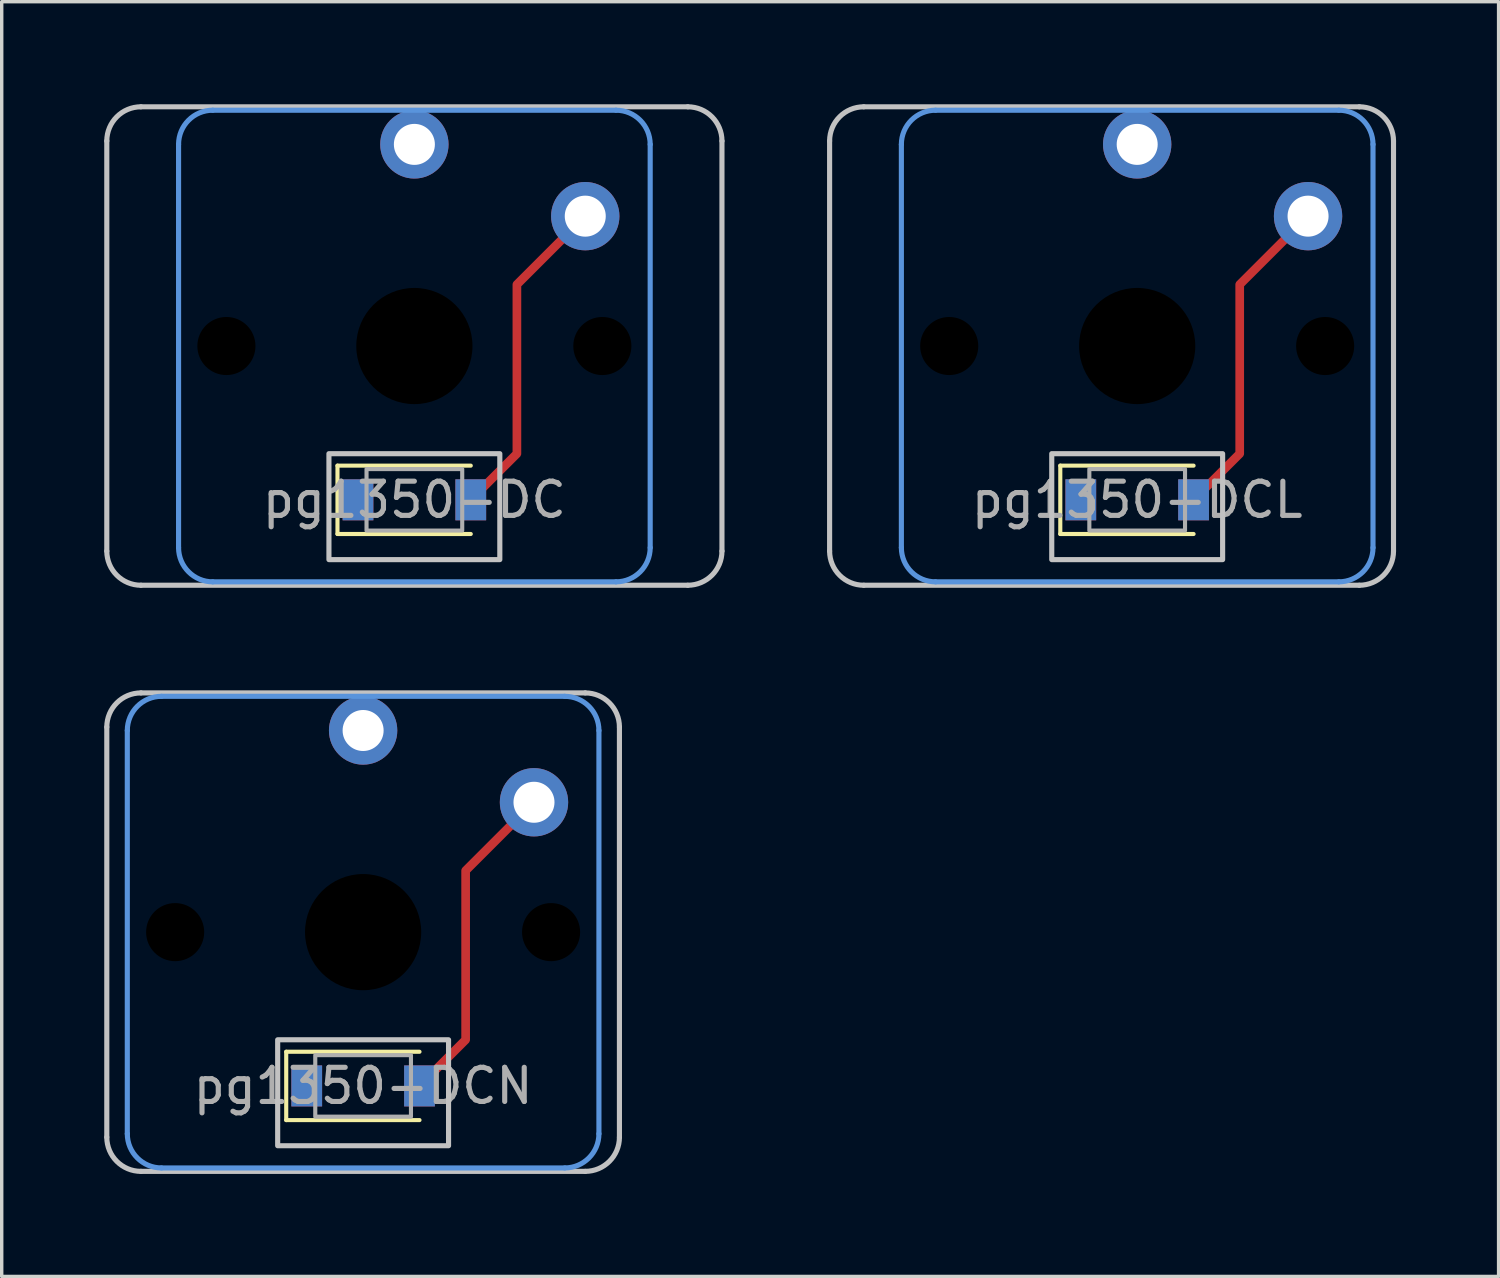
<source format=kicad_pcb>
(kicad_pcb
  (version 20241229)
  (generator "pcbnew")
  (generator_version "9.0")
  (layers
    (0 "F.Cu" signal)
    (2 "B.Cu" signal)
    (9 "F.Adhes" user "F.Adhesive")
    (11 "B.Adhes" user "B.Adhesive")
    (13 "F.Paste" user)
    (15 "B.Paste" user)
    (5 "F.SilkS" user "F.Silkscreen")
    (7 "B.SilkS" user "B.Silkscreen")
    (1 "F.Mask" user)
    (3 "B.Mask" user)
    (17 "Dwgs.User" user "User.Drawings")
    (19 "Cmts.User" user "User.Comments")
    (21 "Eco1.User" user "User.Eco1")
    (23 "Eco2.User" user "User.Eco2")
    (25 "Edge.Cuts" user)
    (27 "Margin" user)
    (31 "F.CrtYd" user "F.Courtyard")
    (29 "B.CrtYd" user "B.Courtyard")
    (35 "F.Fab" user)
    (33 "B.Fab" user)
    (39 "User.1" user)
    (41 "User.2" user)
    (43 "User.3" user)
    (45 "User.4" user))
  (footprint "pg1350-DCL"
    (layer "F.Cu")
    (at 30.225 11.575)
    (property "Reference" "pg1350-DCL" (at 0 0 0) (layer "F.Fab") (effects (font (size 1 1) (thickness 0.15))))
    (attr smd)
    (fp_line (start -2.25 -1) (end -2.25 1) (stroke (width 0.12) (type solid)) (layer "F.SilkS"))
    (fp_line (start -2.25 1) (end 1.65 1) (stroke (width 0.12) (type solid)) (layer "F.SilkS"))
    (fp_line (start 1.65 -1) (end -2.25 -1) (stroke (width 0.12) (type solid)) (layer "F.SilkS"))
    (fp_line (start -9 1.5) (end -9 -10.5) (stroke (width 0.15) (type solid)) (layer "Dwgs.User"))
    (fp_line (start -8 -11.5) (end 6.5 -11.5) (stroke (width 0.15) (type solid)) (layer "Dwgs.User"))
    (fp_line (start 6.5 2.5) (end -8 2.5) (stroke (width 0.15) (type solid)) (layer "Dwgs.User"))
    (fp_line (start 7.5 -10.5) (end 7.5 1.5) (stroke (width 0.15) (type solid)) (layer "Dwgs.User"))
    (fp_rect (start 2.5 1.75) (end -2.5 -1.35) (stroke (width 0.15) (type solid)) (fill no) (layer "Dwgs.User"))
    (fp_arc (start -9 -10.5) (mid -8.707107 -11.207107) (end -8 -11.5) (stroke (width 0.15) (type solid)) (layer "Dwgs.User"))
    (fp_arc (start -8 2.5) (mid -8.707107 2.207107) (end -9 1.5) (stroke (width 0.15) (type solid)) (layer "Dwgs.User"))
    (fp_arc (start 6.5 -11.5) (mid 7.207107 -11.207107) (end 7.5 -10.5) (stroke (width 0.15) (type solid)) (layer "Dwgs.User"))
    (fp_arc (start 7.5 1.5) (mid 7.207107 2.207107) (end 6.5 2.5) (stroke (width 0.15) (type solid)) (layer "Dwgs.User"))
    (fp_line (start -6.9 1.4) (end -6.9 -10.4) (stroke (width 0.15) (type solid)) (layer "Cmts.User"))
    (fp_line (start -5.9 -11.4) (end 5.9 -11.4) (stroke (width 0.15) (type solid)) (layer "Cmts.User"))
    (fp_line (start 5.9 2.4) (end -5.9 2.4) (stroke (width 0.15) (type solid)) (layer "Cmts.User"))
    (fp_line (start 6.9 -10.4) (end 6.9 1.4) (stroke (width 0.15) (type solid)) (layer "Cmts.User"))
    (fp_arc (start -6.9 -10.4) (mid -6.607107 -11.107107) (end -5.9 -11.4) (stroke (width 0.15) (type solid)) (layer "Cmts.User"))
    (fp_arc (start -5.9 2.4) (mid -6.607107 2.107107) (end -6.9 1.4) (stroke (width 0.15) (type solid)) (layer "Cmts.User"))
    (fp_arc (start 5.9 -11.4) (mid 6.607107 -11.107107) (end 6.9 -10.4) (stroke (width 0.15) (type solid)) (layer "Cmts.User"))
    (fp_arc (start 6.9 1.4) (mid 6.607107 2.107107) (end 5.9 2.4) (stroke (width 0.15) (type solid)) (layer "Cmts.User"))
    (fp_rect (start 1.4 0.9) (end -1.4 -0.9) (stroke (width 0.12) (type solid)) (fill no) (layer "F.Fab"))
    (pad "" np_thru_hole circle (at -5.5 -4.5) (size 1.7 1.7) (drill 1.7) (layers "*.Mask"))
    (pad "" np_thru_hole circle (at 0 -4.5) (size 3.4 3.4) (drill 3.4) (layers "*.Mask"))
    (pad "" np_thru_hole circle (at 5.5 -4.5) (size 1.7 1.7) (drill 1.7) (layers "*.Mask"))
    (pad "1" thru_hole circle (at 0 -10.4) (size 2 2) (drill 1.2) (layers "*.Cu" "B.Mask"))
    (pad "2" smd rect (at -1.65 0) (size 0.9 1.2) (layers "*.Cu" "*.Paste" "*.Mask"))
    (pad "3" smd custom (at 1.65 0) (size 0.254 0.254) (layers "F.Cu") (options (anchor circle)) (primitives (gr_line (start 3.35 -8.3) (end 1.35 -6.3) (width 0.254)) (gr_line (start 1.35 -6.3) (end 1.35 -1.35) (width 0.254)) (gr_line (start 1.35 -1.35) (end 0 0) (width 0.254))))
    (pad "3" smd rect (at 1.65 0) (size 0.9 1.2) (layers "*.Cu" "*.Paste" "*.Mask"))
    (pad "3" thru_hole circle (at 5 -8.3) (size 2 2) (drill 1.2) (layers "*.Cu" "B.Mask")))
  (footprint "pg1350-DCN"
    (layer "F.Cu")
    (at 7.575 28.725)
    (property "Reference" "pg1350-DCN" (at 0 0 0) (layer "F.Fab") (effects (font (size 1 1) (thickness 0.15))))
    (attr smd)
    (fp_line (start -2.25 -1) (end -2.25 1) (stroke (width 0.12) (type solid)) (layer "F.SilkS"))
    (fp_line (start -2.25 1) (end 1.65 1) (stroke (width 0.12) (type solid)) (layer "F.SilkS"))
    (fp_line (start 1.65 -1) (end -2.25 -1) (stroke (width 0.12) (type solid)) (layer "F.SilkS"))
    (fp_line (start -7.5 1.5) (end -7.5 -10.5) (stroke (width 0.15) (type solid)) (layer "Dwgs.User"))
    (fp_line (start -6.5 -11.5) (end 6.5 -11.5) (stroke (width 0.15) (type solid)) (layer "Dwgs.User"))
    (fp_line (start 6.5 2.5) (end -6.5 2.5) (stroke (width 0.15) (type solid)) (layer "Dwgs.User"))
    (fp_line (start 7.5 -10.5) (end 7.5 1.5) (stroke (width 0.15) (type solid)) (layer "Dwgs.User"))
    (fp_rect (start 2.5 1.75) (end -2.5 -1.35) (stroke (width 0.15) (type solid)) (fill no) (layer "Dwgs.User"))
    (fp_arc (start -7.5 -10.5) (mid -7.207107 -11.207107) (end -6.5 -11.5) (stroke (width 0.15) (type solid)) (layer "Dwgs.User"))
    (fp_arc (start -6.5 2.5) (mid -7.207107 2.207107) (end -7.5 1.5) (stroke (width 0.15) (type solid)) (layer "Dwgs.User"))
    (fp_arc (start 6.5 -11.5) (mid 7.207107 -11.207107) (end 7.5 -10.5) (stroke (width 0.15) (type solid)) (layer "Dwgs.User"))
    (fp_arc (start 7.5 1.5) (mid 7.207107 2.207107) (end 6.5 2.5) (stroke (width 0.15) (type solid)) (layer "Dwgs.User"))
    (fp_line (start -6.9 1.4) (end -6.9 -10.4) (stroke (width 0.15) (type solid)) (layer "Cmts.User"))
    (fp_line (start -5.9 -11.4) (end 5.9 -11.4) (stroke (width 0.15) (type solid)) (layer "Cmts.User"))
    (fp_line (start 5.9 2.4) (end -5.9 2.4) (stroke (width 0.15) (type solid)) (layer "Cmts.User"))
    (fp_line (start 6.9 -10.4) (end 6.9 1.4) (stroke (width 0.15) (type solid)) (layer "Cmts.User"))
    (fp_arc (start -6.9 -10.4) (mid -6.607107 -11.107107) (end -5.9 -11.4) (stroke (width 0.15) (type solid)) (layer "Cmts.User"))
    (fp_arc (start -5.9 2.4) (mid -6.607107 2.107107) (end -6.9 1.4) (stroke (width 0.15) (type solid)) (layer "Cmts.User"))
    (fp_arc (start 5.9 -11.4) (mid 6.607107 -11.107107) (end 6.9 -10.4) (stroke (width 0.15) (type solid)) (layer "Cmts.User"))
    (fp_arc (start 6.9 1.4) (mid 6.607107 2.107107) (end 5.9 2.4) (stroke (width 0.15) (type solid)) (layer "Cmts.User"))
    (fp_rect (start 1.4 0.9) (end -1.4 -0.9) (stroke (width 0.12) (type solid)) (fill no) (layer "F.Fab"))
    (pad "" np_thru_hole circle (at -5.5 -4.5) (size 1.7 1.7) (drill 1.7) (layers "*.Mask"))
    (pad "" np_thru_hole circle (at 0 -4.5) (size 3.4 3.4) (drill 3.4) (layers "*.Mask"))
    (pad "" np_thru_hole circle (at 5.5 -4.5) (size 1.7 1.7) (drill 1.7) (layers "*.Mask"))
    (pad "1" thru_hole circle (at 0 -10.4) (size 2 2) (drill 1.2) (layers "*.Cu" "B.Mask"))
    (pad "2" smd rect (at -1.65 0) (size 0.9 1.2) (layers "*.Cu" "*.Paste" "*.Mask"))
    (pad "3" smd custom (at 1.65 0) (size 0.254 0.254) (layers "F.Cu") (options (anchor circle)) (primitives (gr_line (start 3.35 -8.3) (end 1.35 -6.3) (width 0.254)) (gr_line (start 1.35 -6.3) (end 1.35 -1.35) (width 0.254)) (gr_line (start 1.35 -1.35) (end 0 0) (width 0.254))))
    (pad "3" smd rect (at 1.65 0) (size 0.9 1.2) (layers "*.Cu" "*.Paste" "*.Mask"))
    (pad "3" thru_hole circle (at 5 -8.3) (size 2 2) (drill 1.2) (layers "*.Cu" "B.Mask")))
  (footprint "pg1350-DC"
    (layer "F.Cu")
    (at 9.075 11.575)
    (property "Reference" "pg1350-DC" (at 0 0 0) (layer "F.Fab") (effects (font (size 1 1) (thickness 0.15))))
    (attr smd)
    (fp_line (start -2.25 -1) (end -2.25 1) (stroke (width 0.12) (type solid)) (layer "F.SilkS"))
    (fp_line (start -2.25 1) (end 1.65 1) (stroke (width 0.12) (type solid)) (layer "F.SilkS"))
    (fp_line (start 1.65 -1) (end -2.25 -1) (stroke (width 0.12) (type solid)) (layer "F.SilkS"))
    (fp_line (start -9 1.5) (end -9 -10.5) (stroke (width 0.15) (type solid)) (layer "Dwgs.User"))
    (fp_line (start -8 -11.5) (end 8 -11.5) (stroke (width 0.15) (type solid)) (layer "Dwgs.User"))
    (fp_line (start 8 2.5) (end -8 2.5) (stroke (width 0.15) (type solid)) (layer "Dwgs.User"))
    (fp_line (start 9 -10.5) (end 9 1.5) (stroke (width 0.15) (type solid)) (layer "Dwgs.User"))
    (fp_rect (start 2.5 1.75) (end -2.5 -1.35) (stroke (width 0.15) (type solid)) (fill no) (layer "Dwgs.User"))
    (fp_arc (start -9 -10.5) (mid -8.707107 -11.207107) (end -8 -11.5) (stroke (width 0.15) (type solid)) (layer "Dwgs.User"))
    (fp_arc (start -8 2.5) (mid -8.707107 2.207107) (end -9 1.5) (stroke (width 0.15) (type solid)) (layer "Dwgs.User"))
    (fp_arc (start 8 -11.5) (mid 8.707107 -11.207107) (end 9 -10.5) (stroke (width 0.15) (type solid)) (layer "Dwgs.User"))
    (fp_arc (start 9 1.5) (mid 8.707107 2.207107) (end 8 2.5) (stroke (width 0.15) (type solid)) (layer "Dwgs.User"))
    (fp_line (start -6.9 1.4) (end -6.9 -10.4) (stroke (width 0.15) (type solid)) (layer "Cmts.User"))
    (fp_line (start -5.9 -11.4) (end 5.9 -11.4) (stroke (width 0.15) (type solid)) (layer "Cmts.User"))
    (fp_line (start 5.9 2.4) (end -5.9 2.4) (stroke (width 0.15) (type solid)) (layer "Cmts.User"))
    (fp_line (start 6.9 -10.4) (end 6.9 1.4) (stroke (width 0.15) (type solid)) (layer "Cmts.User"))
    (fp_arc (start -6.9 -10.4) (mid -6.607107 -11.107107) (end -5.9 -11.4) (stroke (width 0.15) (type solid)) (layer "Cmts.User"))
    (fp_arc (start -5.9 2.4) (mid -6.607107 2.107107) (end -6.9 1.4) (stroke (width 0.15) (type solid)) (layer "Cmts.User"))
    (fp_arc (start 5.9 -11.4) (mid 6.607107 -11.107107) (end 6.9 -10.4) (stroke (width 0.15) (type solid)) (layer "Cmts.User"))
    (fp_arc (start 6.9 1.4) (mid 6.607107 2.107107) (end 5.9 2.4) (stroke (width 0.15) (type solid)) (layer "Cmts.User"))
    (fp_rect (start 1.4 0.9) (end -1.4 -0.9) (stroke (width 0.12) (type solid)) (fill no) (layer "F.Fab"))
    (pad "" np_thru_hole circle (at -5.5 -4.5) (size 1.7 1.7) (drill 1.7) (layers "*.Mask"))
    (pad "" np_thru_hole circle (at 0 -4.5) (size 3.4 3.4) (drill 3.4) (layers "*.Mask"))
    (pad "" np_thru_hole circle (at 5.5 -4.5) (size 1.7 1.7) (drill 1.7) (layers "*.Mask"))
    (pad "1" thru_hole circle (at 0 -10.4) (size 2 2) (drill 1.2) (layers "*.Cu" "B.Mask"))
    (pad "2" smd rect (at -1.65 0) (size 0.9 1.2) (layers "*.Cu" "*.Paste" "*.Mask"))
    (pad "3" smd custom (at 1.65 0) (size 0.254 0.254) (layers "F.Cu") (options (anchor circle)) (primitives (gr_line (start 3.35 -8.3) (end 1.35 -6.3) (width 0.254)) (gr_line (start 1.35 -6.3) (end 1.35 -1.35) (width 0.254)) (gr_line (start 1.35 -1.35) (end 0 0) (width 0.254))))
    (pad "3" smd rect (at 1.65 0) (size 0.9 1.2) (layers "*.Cu" "*.Paste" "*.Mask"))
    (pad "3" thru_hole circle (at 5 -8.3) (size 2 2) (drill 1.2) (layers "*.Cu" "B.Mask")))
  (gr_rect
    (start -3 -3)
    (end 40.8 34.3)
    (stroke (width 0.1) (type default))
    (fill no)
    (layer "Edge.Cuts")))
</source>
